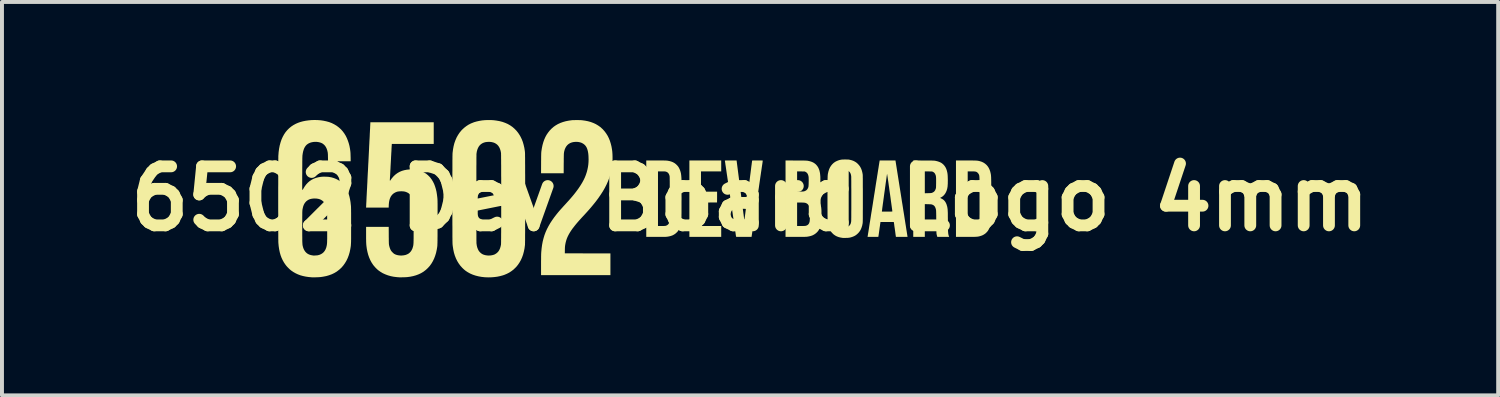
<source format=kicad_pcb>
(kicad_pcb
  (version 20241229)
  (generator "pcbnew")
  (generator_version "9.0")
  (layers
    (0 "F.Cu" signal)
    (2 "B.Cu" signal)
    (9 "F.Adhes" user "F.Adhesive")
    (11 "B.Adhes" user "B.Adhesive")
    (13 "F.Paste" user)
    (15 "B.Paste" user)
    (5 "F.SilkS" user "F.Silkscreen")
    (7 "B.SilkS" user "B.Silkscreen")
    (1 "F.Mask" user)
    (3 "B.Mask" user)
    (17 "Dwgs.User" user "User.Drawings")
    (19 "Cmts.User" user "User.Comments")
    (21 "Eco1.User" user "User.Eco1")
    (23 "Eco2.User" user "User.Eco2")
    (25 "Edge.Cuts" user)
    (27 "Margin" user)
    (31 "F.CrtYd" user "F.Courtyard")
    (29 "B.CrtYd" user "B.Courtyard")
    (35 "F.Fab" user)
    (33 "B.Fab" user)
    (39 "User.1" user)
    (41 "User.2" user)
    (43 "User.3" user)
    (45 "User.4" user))
  (footprint "6502 Dev Board Logo 4mm"
    (layer "F.Cu")
    (at 16.014 2)
    (property "Reference" "6502 Dev Board Logo 4mm" (at 0 0 0) (layer "F.SilkS") (effects (font (size 1.5 1.5) (thickness 0.3))))
    (attr board_only exclude_from_pos_files exclude_from_bom)
    (fp_poly (pts (xy -0.733 -0.833) (xy -0.733 -0.694) (xy -0.99 -0.694) (xy -1.247 -0.694) (xy -1.247 -0.437) (xy -1.247 -0.179) (xy -1.042 -0.179) (xy -0.838 -0.179) (xy -0.838 -0.041) (xy -0.839 0.096) (xy -1.043 0.097) (xy -1.247 0.098) (xy -1.247 0.396) (xy -1.247 0.694) (xy -0.99 0.694) (xy -0.733 0.694) (xy -0.733 0.833) (xy -0.733 0.971) (xy -1.137 0.971) (xy -1.542 0.971) (xy -1.542 -0.000001) (xy -1.542 -0.971) (xy -1.137 -0.971) (xy -0.733 -0.971)) (stroke (width 0) (type solid)) (fill yes) (layer "F.SilkS"))
    (fp_poly (pts (xy -2.34 -0.971) (xy -2.297 -0.971) (xy -2.259 -0.971) (xy -2.227 -0.971) (xy -2.199 -0.971) (xy -2.176 -0.97) (xy -2.156 -0.97) (xy -2.14 -0.969) (xy -2.126 -0.968) (xy -2.115 -0.968) (xy -2.106 -0.967) (xy -2.102 -0.966) (xy -2.05 -0.957) (xy -2.003 -0.944) (xy -1.96 -0.927) (xy -1.922 -0.906) (xy -1.887 -0.88) (xy -1.861 -0.855) (xy -1.841 -0.834) (xy -1.825 -0.813) (xy -1.811 -0.791) (xy -1.798 -0.765) (xy -1.793 -0.756) (xy -1.778 -0.719) (xy -1.765 -0.678) (xy -1.755 -0.634) (xy -1.749 -0.585) (xy -1.745 -0.534) (xy -1.744 -0.522) (xy -1.744 -0.504) (xy -1.743 -0.481) (xy -1.743 -0.452) (xy -1.743 -0.418) (xy -1.742 -0.38) (xy -1.742 -0.338) (xy -1.742 -0.293) (xy -1.742 -0.245) (xy -1.742 -0.194) (xy -1.742 -0.142) (xy -1.742 -0.089) (xy -1.741 -0.035) (xy -1.741 0.02) (xy -1.742 0.074) (xy -1.742 0.128) (xy -1.742 0.18) (xy -1.742 0.231) (xy -1.742 0.28) (xy -1.742 0.326) (xy -1.742 0.369) (xy -1.743 0.408) (xy -1.743 0.443) (xy -1.743 0.473) (xy -1.744 0.498) (xy -1.744 0.518) (xy -1.745 0.532) (xy -1.745 0.534) (xy -1.749 0.588) (xy -1.756 0.637) (xy -1.766 0.681) (xy -1.779 0.721) (xy -1.793 0.756) (xy -1.807 0.784) (xy -1.821 0.807) (xy -1.836 0.828) (xy -1.854 0.849) (xy -1.861 0.855) (xy -1.893 0.885) (xy -1.929 0.91) (xy -1.968 0.931) (xy -2.012 0.947) (xy -2.06 0.959) (xy -2.102 0.966) (xy -2.111 0.967) (xy -2.122 0.968) (xy -2.134 0.969) (xy -2.149 0.97) (xy -2.167 0.97) (xy -2.189 0.97) (xy -2.215 0.971) (xy -2.245 0.971) (xy -2.28 0.971) (xy -2.321 0.971) (xy -2.368 0.971) (xy -2.39 0.971) (xy -2.638 0.971) (xy -2.638 -0.000001) (xy -2.34 -0.000001) (xy -2.34 0.694) (xy -2.25 0.694) (xy -2.222 0.694) (xy -2.2 0.694) (xy -2.182 0.693) (xy -2.169 0.692) (xy -2.158 0.692) (xy -2.15 0.69) (xy -2.142 0.689) (xy -2.138 0.687) (xy -2.112 0.677) (xy -2.09 0.661) (xy -2.072 0.642) (xy -2.058 0.617) (xy -2.047 0.586) (xy -2.047 0.583) (xy -2.046 0.58) (xy -2.045 0.576) (xy -2.045 0.572) (xy -2.044 0.566) (xy -2.044 0.558) (xy -2.043 0.549) (xy -2.043 0.538) (xy -2.042 0.525) (xy -2.042 0.508) (xy -2.042 0.489) (xy -2.042 0.466) (xy -2.041 0.44) (xy -2.041 0.409) (xy -2.041 0.374) (xy -2.041 0.335) (xy -2.041 0.291) (xy -2.041 0.241) (xy -2.041 0.186) (xy -2.041 0.125) (xy -2.041 0.058) (xy -2.041 -0.000001) (xy -2.041 -0.072) (xy -2.041 -0.138) (xy -2.041 -0.198) (xy -2.041 -0.252) (xy -2.041 -0.3) (xy -2.041 -0.344) (xy -2.041 -0.382) (xy -2.041 -0.416) (xy -2.041 -0.445) (xy -2.042 -0.471) (xy -2.042 -0.493) (xy -2.042 -0.512) (xy -2.042 -0.528) (xy -2.043 -0.541) (xy -2.043 -0.551) (xy -2.044 -0.56) (xy -2.044 -0.567) (xy -2.045 -0.573) (xy -2.045 -0.577) (xy -2.046 -0.581) (xy -2.047 -0.583) (xy -2.057 -0.614) (xy -2.071 -0.64) (xy -2.088 -0.66) (xy -2.11 -0.676) (xy -2.136 -0.687) (xy -2.138 -0.687) (xy -2.145 -0.689) (xy -2.153 -0.691) (xy -2.162 -0.692) (xy -2.174 -0.693) (xy -2.189 -0.693) (xy -2.208 -0.694) (xy -2.233 -0.694) (xy -2.25 -0.694) (xy -2.34 -0.694) (xy -2.34 -0.000001) (xy -2.638 -0.000001) (xy -2.638 -0.971) (xy -2.39 -0.971)) (stroke (width 0) (type solid)) (fill yes) (layer "F.SilkS"))
    (fp_poly (pts (xy 5.535 -0.971) (xy 5.58 -0.971) (xy 5.62 -0.971) (xy 5.654 -0.971) (xy 5.683 -0.97) (xy 5.709 -0.97) (xy 5.731 -0.969) (xy 5.75 -0.968) (xy 5.766 -0.967) (xy 5.78 -0.965) (xy 5.794 -0.964) (xy 5.806 -0.961) (xy 5.817 -0.959) (xy 5.83 -0.956) (xy 5.837 -0.954) (xy 5.886 -0.939) (xy 5.931 -0.918) (xy 5.971 -0.892) (xy 6.007 -0.861) (xy 6.038 -0.826) (xy 6.065 -0.785) (xy 6.087 -0.739) (xy 6.105 -0.688) (xy 6.118 -0.632) (xy 6.12 -0.619) (xy 6.122 -0.61) (xy 6.123 -0.601) (xy 6.124 -0.59) (xy 6.125 -0.578) (xy 6.126 -0.563) (xy 6.127 -0.547) (xy 6.128 -0.529) (xy 6.128 -0.507) (xy 6.129 -0.483) (xy 6.129 -0.455) (xy 6.13 -0.423) (xy 6.13 -0.387) (xy 6.13 -0.347) (xy 6.13 -0.302) (xy 6.131 -0.252) (xy 6.131 -0.196) (xy 6.131 -0.135) (xy 6.131 -0.067) (xy 6.131 -0.000001) (xy 6.131 0.073) (xy 6.131 0.14) (xy 6.131 0.201) (xy 6.131 0.257) (xy 6.13 0.306) (xy 6.13 0.351) (xy 6.13 0.391) (xy 6.13 0.426) (xy 6.129 0.458) (xy 6.129 0.485) (xy 6.128 0.509) (xy 6.128 0.53) (xy 6.127 0.549) (xy 6.126 0.565) (xy 6.125 0.579) (xy 6.124 0.591) (xy 6.123 0.602) (xy 6.122 0.611) (xy 6.12 0.619) (xy 6.108 0.676) (xy 6.091 0.728) (xy 6.07 0.775) (xy 6.045 0.817) (xy 6.014 0.854) (xy 5.98 0.886) (xy 5.94 0.913) (xy 5.897 0.935) (xy 5.848 0.951) (xy 5.837 0.954) (xy 5.825 0.957) (xy 5.813 0.96) (xy 5.801 0.962) (xy 5.789 0.964) (xy 5.775 0.966) (xy 5.76 0.967) (xy 5.743 0.968) (xy 5.723 0.969) (xy 5.699 0.97) (xy 5.672 0.971) (xy 5.641 0.971) (xy 5.605 0.971) (xy 5.563 0.971) (xy 5.516 0.971) (xy 5.484 0.971) (xy 5.234 0.971) (xy 5.234 -0.000001) (xy 5.532 -0.000001) (xy 5.532 0.694) (xy 5.622 0.694) (xy 5.65 0.694) (xy 5.673 0.694) (xy 5.69 0.693) (xy 5.703 0.692) (xy 5.714 0.692) (xy 5.722 0.69) (xy 5.73 0.689) (xy 5.734 0.687) (xy 5.747 0.683) (xy 5.76 0.677) (xy 5.767 0.674) (xy 5.781 0.662) (xy 5.796 0.647) (xy 5.809 0.629) (xy 5.815 0.618) (xy 5.817 0.613) (xy 5.819 0.608) (xy 5.821 0.604) (xy 5.823 0.599) (xy 5.824 0.593) (xy 5.826 0.586) (xy 5.827 0.578) (xy 5.828 0.569) (xy 5.829 0.558) (xy 5.83 0.544) (xy 5.831 0.528) (xy 5.831 0.509) (xy 5.832 0.486) (xy 5.832 0.461) (xy 5.832 0.431) (xy 5.833 0.398) (xy 5.833 0.359) (xy 5.833 0.317) (xy 5.833 0.269) (xy 5.833 0.215) (xy 5.833 0.156) (xy 5.833 0.091) (xy 5.833 0.019) (xy 5.833 -0.000001) (xy 5.833 -0.073) (xy 5.833 -0.14) (xy 5.833 -0.201) (xy 5.833 -0.255) (xy 5.833 -0.305) (xy 5.833 -0.349) (xy 5.833 -0.388) (xy 5.832 -0.423) (xy 5.832 -0.454) (xy 5.832 -0.48) (xy 5.831 -0.503) (xy 5.831 -0.523) (xy 5.83 -0.54) (xy 5.829 -0.554) (xy 5.828 -0.566) (xy 5.827 -0.576) (xy 5.826 -0.584) (xy 5.825 -0.591) (xy 5.823 -0.597) (xy 5.821 -0.602) (xy 5.82 -0.607) (xy 5.818 -0.612) (xy 5.815 -0.617) (xy 5.815 -0.618) (xy 5.805 -0.635) (xy 5.791 -0.652) (xy 5.776 -0.667) (xy 5.767 -0.674) (xy 5.757 -0.679) (xy 5.747 -0.684) (xy 5.736 -0.687) (xy 5.723 -0.69) (xy 5.707 -0.692) (xy 5.687 -0.693) (xy 5.663 -0.694) (xy 5.633 -0.694) (xy 5.622 -0.694) (xy 5.532 -0.694) (xy 5.532 -0.000001) (xy 5.234 -0.000001) (xy 5.234 -0.971) (xy 5.484 -0.971)) (stroke (width 0) (type solid)) (fill yes) (layer "F.SilkS"))
    (fp_poly (pts (xy 3.495 -0.971) (xy 3.696 -0.971) (xy 3.848 -0.011) (xy 3.86 0.069) (xy 3.873 0.147) (xy 3.885 0.223) (xy 3.896 0.297) (xy 3.908 0.369) (xy 3.919 0.437) (xy 3.929 0.503) (xy 3.939 0.565) (xy 3.948 0.624) (xy 3.957 0.679) (xy 3.965 0.73) (xy 3.972 0.777) (xy 3.979 0.819) (xy 3.985 0.856) (xy 3.99 0.888) (xy 3.994 0.914) (xy 3.997 0.935) (xy 4 0.95) (xy 4.001 0.958) (xy 4.001 0.96) (xy 4.003 0.971) (xy 3.856 0.971) (xy 3.708 0.971) (xy 3.706 0.962) (xy 3.705 0.957) (xy 3.704 0.946) (xy 3.701 0.929) (xy 3.698 0.908) (xy 3.695 0.883) (xy 3.691 0.854) (xy 3.687 0.823) (xy 3.682 0.79) (xy 3.681 0.78) (xy 3.676 0.746) (xy 3.671 0.715) (xy 3.667 0.686) (xy 3.664 0.659) (xy 3.661 0.637) (xy 3.658 0.62) (xy 3.656 0.607) (xy 3.655 0.601) (xy 3.655 0.6) (xy 3.653 0.592) (xy 3.484 0.592) (xy 3.315 0.592) (xy 3.313 0.603) (xy 3.313 0.609) (xy 3.311 0.62) (xy 3.309 0.637) (xy 3.305 0.658) (xy 3.302 0.684) (xy 3.298 0.712) (xy 3.293 0.744) (xy 3.289 0.777) (xy 3.288 0.783) (xy 3.283 0.817) (xy 3.279 0.848) (xy 3.275 0.877) (xy 3.271 0.903) (xy 3.268 0.925) (xy 3.265 0.943) (xy 3.263 0.955) (xy 3.262 0.961) (xy 3.262 0.962) (xy 3.26 0.971) (xy 3.123 0.971) (xy 2.986 0.971) (xy 2.988 0.962) (xy 2.989 0.958) (xy 2.991 0.947) (xy 2.993 0.931) (xy 2.997 0.908) (xy 3.001 0.88) (xy 3.007 0.847) (xy 3.013 0.808) (xy 3.02 0.765) (xy 3.027 0.717) (xy 3.035 0.665) (xy 3.044 0.608) (xy 3.054 0.549) (xy 3.064 0.485) (xy 3.074 0.419) (xy 3.085 0.349) (xy 3.089 0.328) (xy 3.35 0.328) (xy 3.483 0.328) (xy 3.517 0.328) (xy 3.544 0.328) (xy 3.566 0.328) (xy 3.583 0.328) (xy 3.596 0.327) (xy 3.605 0.327) (xy 3.611 0.326) (xy 3.614 0.325) (xy 3.616 0.324) (xy 3.616 0.323) (xy 3.616 0.322) (xy 3.616 0.317) (xy 3.615 0.306) (xy 3.613 0.289) (xy 3.61 0.267) (xy 3.606 0.24) (xy 3.602 0.209) (xy 3.597 0.174) (xy 3.592 0.136) (xy 3.586 0.094) (xy 3.58 0.051) (xy 3.574 0.005) (xy 3.568 -0.042) (xy 3.561 -0.09) (xy 3.554 -0.139) (xy 3.547 -0.188) (xy 3.54 -0.237) (xy 3.534 -0.284) (xy 3.527 -0.331) (xy 3.521 -0.376) (xy 3.515 -0.419) (xy 3.509 -0.459) (xy 3.503 -0.496) (xy 3.499 -0.53) (xy 3.494 -0.559) (xy 3.49 -0.585) (xy 3.487 -0.605) (xy 3.485 -0.62) (xy 3.483 -0.629) (xy 3.483 -0.632) (xy 3.482 -0.628) (xy 3.48 -0.619) (xy 3.478 -0.603) (xy 3.475 -0.583) (xy 3.471 -0.557) (xy 3.467 -0.527) (xy 3.462 -0.493) (xy 3.457 -0.455) (xy 3.451 -0.415) (xy 3.445 -0.372) (xy 3.439 -0.326) (xy 3.432 -0.279) (xy 3.426 -0.231) (xy 3.419 -0.182) (xy 3.412 -0.133) (xy 3.405 -0.083) (xy 3.399 -0.035) (xy 3.392 0.013) (xy 3.386 0.059) (xy 3.38 0.103) (xy 3.374 0.144) (xy 3.369 0.183) (xy 3.364 0.219) (xy 3.36 0.25) (xy 3.357 0.278) (xy 3.354 0.3) (xy 3.352 0.317) (xy 3.35 0.328) (xy 3.089 0.328) (xy 3.097 0.277) (xy 3.109 0.202) (xy 3.121 0.126) (xy 3.133 0.047) (xy 3.141 -0.002) (xy 3.153 -0.081) (xy 3.166 -0.159) (xy 3.178 -0.235) (xy 3.189 -0.309) (xy 3.2 -0.38) (xy 3.211 -0.448) (xy 3.222 -0.513) (xy 3.231 -0.575) (xy 3.241 -0.634) (xy 3.249 -0.688) (xy 3.257 -0.739) (xy 3.265 -0.785) (xy 3.271 -0.826) (xy 3.277 -0.863) (xy 3.282 -0.894) (xy 3.286 -0.92) (xy 3.289 -0.94) (xy 3.292 -0.954) (xy 3.293 -0.962) (xy 3.293 -0.964) (xy 3.295 -0.971)) (stroke (width 0) (type solid)) (fill yes) (layer "F.SilkS"))
    (fp_poly (pts (xy 0.223 -0.971) (xy 0.252 -0.971) (xy 0.275 -0.971) (xy 0.293 -0.971) (xy 0.307 -0.97) (xy 0.316 -0.969) (xy 0.321 -0.968) (xy 0.323 -0.967) (xy 0.323 -0.967) (xy 0.323 -0.963) (xy 0.321 -0.953) (xy 0.319 -0.937) (xy 0.316 -0.915) (xy 0.312 -0.887) (xy 0.307 -0.854) (xy 0.301 -0.816) (xy 0.295 -0.773) (xy 0.288 -0.725) (xy 0.28 -0.673) (xy 0.272 -0.617) (xy 0.263 -0.557) (xy 0.254 -0.494) (xy 0.244 -0.427) (xy 0.234 -0.358) (xy 0.224 -0.285) (xy 0.213 -0.211) (xy 0.201 -0.134) (xy 0.19 -0.055) (xy 0.181 0.003) (xy 0.169 0.083) (xy 0.158 0.161) (xy 0.147 0.238) (xy 0.136 0.312) (xy 0.125 0.383) (xy 0.115 0.452) (xy 0.105 0.517) (xy 0.096 0.579) (xy 0.088 0.638) (xy 0.08 0.693) (xy 0.072 0.743) (xy 0.065 0.79) (xy 0.059 0.831) (xy 0.054 0.868) (xy 0.049 0.899) (xy 0.045 0.926) (xy 0.042 0.946) (xy 0.04 0.96) (xy 0.039 0.968) (xy 0.039 0.97) (xy 0.036 0.97) (xy 0.026 0.971) (xy 0.011 0.971) (xy -0.009 0.971) (xy -0.033 0.971) (xy -0.062 0.971) (xy -0.093 0.971) (xy -0.127 0.971) (xy -0.157 0.971) (xy -0.201 0.971) (xy -0.237 0.971) (xy -0.268 0.971) (xy -0.294 0.971) (xy -0.314 0.97) (xy -0.33 0.97) (xy -0.342 0.969) (xy -0.349 0.969) (xy -0.354 0.968) (xy -0.355 0.967) (xy -0.356 0.963) (xy -0.357 0.953) (xy -0.36 0.937) (xy -0.363 0.915) (xy -0.367 0.887) (xy -0.372 0.854) (xy -0.378 0.816) (xy -0.384 0.773) (xy -0.391 0.725) (xy -0.399 0.673) (xy -0.407 0.617) (xy -0.416 0.557) (xy -0.425 0.494) (xy -0.435 0.428) (xy -0.445 0.358) (xy -0.456 0.286) (xy -0.467 0.211) (xy -0.478 0.134) (xy -0.49 0.056) (xy -0.497 0.002) (xy -0.509 -0.078) (xy -0.521 -0.156) (xy -0.532 -0.232) (xy -0.543 -0.306) (xy -0.553 -0.378) (xy -0.563 -0.446) (xy -0.573 -0.512) (xy -0.582 -0.574) (xy -0.591 -0.633) (xy -0.599 -0.688) (xy -0.606 -0.738) (xy -0.613 -0.785) (xy -0.619 -0.826) (xy -0.625 -0.863) (xy -0.629 -0.895) (xy -0.633 -0.921) (xy -0.636 -0.941) (xy -0.639 -0.955) (xy -0.64 -0.964) (xy -0.64 -0.965) (xy -0.64 -0.967) (xy -0.639 -0.968) (xy -0.636 -0.969) (xy -0.632 -0.97) (xy -0.624 -0.97) (xy -0.613 -0.971) (xy -0.597 -0.971) (xy -0.578 -0.971) (xy -0.553 -0.971) (xy -0.522 -0.971) (xy -0.492 -0.971) (xy -0.342 -0.971) (xy -0.246 -0.224) (xy -0.237 -0.154) (xy -0.228 -0.085) (xy -0.219 -0.018) (xy -0.211 0.046) (xy -0.203 0.108) (xy -0.196 0.166) (xy -0.188 0.222) (xy -0.182 0.274) (xy -0.175 0.322) (xy -0.17 0.366) (xy -0.164 0.405) (xy -0.16 0.44) (xy -0.156 0.47) (xy -0.153 0.494) (xy -0.15 0.512) (xy -0.148 0.525) (xy -0.147 0.531) (xy -0.147 0.531) (xy -0.145 0.537) (xy -0.143 0.536) (xy -0.143 0.535) (xy -0.142 0.531) (xy -0.141 0.521) (xy -0.138 0.505) (xy -0.136 0.484) (xy -0.132 0.457) (xy -0.128 0.425) (xy -0.123 0.389) (xy -0.118 0.349) (xy -0.112 0.305) (xy -0.106 0.257) (xy -0.099 0.207) (xy -0.092 0.153) (xy -0.085 0.098) (xy -0.078 0.041) (xy -0.07 -0.018) (xy -0.062 -0.079) (xy -0.054 -0.14) (xy -0.046 -0.201) (xy -0.038 -0.263) (xy -0.03 -0.324) (xy -0.023 -0.385) (xy -0.015 -0.444) (xy -0.007 -0.503) (xy -0.000001 -0.559) (xy 0.007 -0.614) (xy 0.014 -0.666) (xy 0.02 -0.715) (xy 0.026 -0.761) (xy 0.031 -0.803) (xy 0.036 -0.842) (xy 0.041 -0.876) (xy 0.044 -0.905) (xy 0.048 -0.929) (xy 0.05 -0.948) (xy 0.052 -0.962) (xy 0.052 -0.969) (xy 0.052 -0.97) (xy 0.056 -0.97) (xy 0.065 -0.97) (xy 0.08 -0.971) (xy 0.099 -0.971) (xy 0.122 -0.971) (xy 0.149 -0.971) (xy 0.177 -0.971) (xy 0.188 -0.971)) (stroke (width 0) (type solid)) (fill yes) (layer "F.SilkS"))
    (fp_poly (pts (xy 4.412 -0.97) (xy 4.461 -0.97) (xy 4.504 -0.97) (xy 4.54 -0.97) (xy 4.572 -0.969) (xy 4.599 -0.969) (xy 4.621 -0.969) (xy 4.64 -0.968) (xy 4.655 -0.968) (xy 4.668 -0.967) (xy 4.679 -0.967) (xy 4.688 -0.966) (xy 4.695 -0.965) (xy 4.702 -0.964) (xy 4.709 -0.963) (xy 4.713 -0.962) (xy 4.757 -0.952) (xy 4.795 -0.94) (xy 4.828 -0.927) (xy 4.858 -0.912) (xy 4.885 -0.893) (xy 4.91 -0.871) (xy 4.919 -0.863) (xy 4.945 -0.832) (xy 4.968 -0.797) (xy 4.987 -0.758) (xy 5.002 -0.713) (xy 5.014 -0.663) (xy 5.016 -0.651) (xy 5.019 -0.63) (xy 5.022 -0.603) (xy 5.024 -0.571) (xy 5.025 -0.537) (xy 5.026 -0.5) (xy 5.027 -0.463) (xy 5.026 -0.426) (xy 5.026 -0.39) (xy 5.024 -0.357) (xy 5.022 -0.328) (xy 5.021 -0.31) (xy 5.012 -0.258) (xy 4.998 -0.209) (xy 4.98 -0.166) (xy 4.958 -0.127) (xy 4.931 -0.092) (xy 4.901 -0.063) (xy 4.866 -0.04) (xy 4.851 -0.032) (xy 4.841 -0.026) (xy 4.834 -0.022) (xy 4.832 -0.019) (xy 4.836 -0.017) (xy 4.843 -0.013) (xy 4.852 -0.009) (xy 4.887 0.009) (xy 4.918 0.03) (xy 4.945 0.057) (xy 4.967 0.088) (xy 4.986 0.125) (xy 4.997 0.154) (xy 5.002 0.172) (xy 5.007 0.189) (xy 5.012 0.206) (xy 5.015 0.224) (xy 5.018 0.243) (xy 5.021 0.264) (xy 5.023 0.287) (xy 5.024 0.313) (xy 5.026 0.343) (xy 5.027 0.377) (xy 5.027 0.415) (xy 5.027 0.459) (xy 5.028 0.51) (xy 5.028 0.526) (xy 5.028 0.586) (xy 5.028 0.639) (xy 5.028 0.686) (xy 5.029 0.728) (xy 5.03 0.764) (xy 5.031 0.797) (xy 5.032 0.825) (xy 5.034 0.85) (xy 5.036 0.871) (xy 5.038 0.89) (xy 5.041 0.907) (xy 5.044 0.921) (xy 5.048 0.935) (xy 5.052 0.947) (xy 5.053 0.95) (xy 5.061 0.971) (xy 4.91 0.971) (xy 4.759 0.97) (xy 4.754 0.954) (xy 4.752 0.944) (xy 4.748 0.93) (xy 4.744 0.914) (xy 4.743 0.907) (xy 4.741 0.901) (xy 4.74 0.895) (xy 4.739 0.888) (xy 4.739 0.881) (xy 4.738 0.872) (xy 4.737 0.86) (xy 4.737 0.847) (xy 4.736 0.83) (xy 4.736 0.81) (xy 4.735 0.787) (xy 4.735 0.758) (xy 4.734 0.726) (xy 4.734 0.687) (xy 4.734 0.643) (xy 4.733 0.593) (xy 4.733 0.589) (xy 4.733 0.538) (xy 4.732 0.494) (xy 4.732 0.455) (xy 4.732 0.421) (xy 4.731 0.393) (xy 4.731 0.369) (xy 4.73 0.349) (xy 4.73 0.332) (xy 4.729 0.318) (xy 4.729 0.307) (xy 4.728 0.298) (xy 4.727 0.29) (xy 4.726 0.284) (xy 4.725 0.278) (xy 4.724 0.272) (xy 4.724 0.271) (xy 4.714 0.238) (xy 4.702 0.211) (xy 4.687 0.188) (xy 4.668 0.17) (xy 4.645 0.157) (xy 4.617 0.146) (xy 4.608 0.145) (xy 4.595 0.143) (xy 4.577 0.142) (xy 4.553 0.141) (xy 4.524 0.14) (xy 4.521 0.14) (xy 4.442 0.138) (xy 4.442 0.555) (xy 4.442 0.971) (xy 4.295 0.971) (xy 4.148 0.971) (xy 4.148 -0.000189) (xy 4.148 -0.416) (xy 4.442 -0.416) (xy 4.442 -0.138) (xy 4.521 -0.14) (xy 4.552 -0.141) (xy 4.576 -0.142) (xy 4.595 -0.143) (xy 4.609 -0.145) (xy 4.616 -0.146) (xy 4.645 -0.158) (xy 4.67 -0.173) (xy 4.69 -0.193) (xy 4.706 -0.218) (xy 4.718 -0.248) (xy 4.722 -0.259) (xy 4.723 -0.265) (xy 4.725 -0.273) (xy 4.726 -0.283) (xy 4.727 -0.296) (xy 4.727 -0.312) (xy 4.728 -0.333) (xy 4.728 -0.358) (xy 4.729 -0.389) (xy 4.729 -0.401) (xy 4.729 -0.441) (xy 4.729 -0.474) (xy 4.729 -0.503) (xy 4.728 -0.526) (xy 4.727 -0.546) (xy 4.725 -0.563) (xy 4.723 -0.577) (xy 4.72 -0.59) (xy 4.716 -0.601) (xy 4.705 -0.627) (xy 4.692 -0.648) (xy 4.676 -0.665) (xy 4.656 -0.678) (xy 4.648 -0.682) (xy 4.626 -0.692) (xy 4.534 -0.693) (xy 4.442 -0.694) (xy 4.442 -0.416) (xy 4.148 -0.416) (xy 4.148 -0.972)) (stroke (width 0) (type solid)) (fill yes) (layer "F.SilkS"))
    (fp_poly (pts (xy 1.17 -0.97) (xy 1.219 -0.97) (xy 1.262 -0.97) (xy 1.299 -0.97) (xy 1.331 -0.969) (xy 1.358 -0.969) (xy 1.381 -0.969) (xy 1.4 -0.968) (xy 1.415 -0.968) (xy 1.428 -0.967) (xy 1.439 -0.967) (xy 1.448 -0.966) (xy 1.456 -0.965) (xy 1.463 -0.964) (xy 1.469 -0.963) (xy 1.474 -0.962) (xy 1.519 -0.952) (xy 1.558 -0.94) (xy 1.592 -0.926) (xy 1.622 -0.91) (xy 1.65 -0.89) (xy 1.676 -0.868) (xy 1.679 -0.864) (xy 1.706 -0.833) (xy 1.729 -0.798) (xy 1.748 -0.758) (xy 1.764 -0.713) (xy 1.775 -0.662) (xy 1.777 -0.656) (xy 1.78 -0.631) (xy 1.783 -0.599) (xy 1.786 -0.564) (xy 1.787 -0.527) (xy 1.787 -0.488) (xy 1.787 -0.449) (xy 1.786 -0.411) (xy 1.784 -0.376) (xy 1.781 -0.35) (xy 1.774 -0.306) (xy 1.763 -0.263) (xy 1.748 -0.223) (xy 1.731 -0.187) (xy 1.718 -0.167) (xy 1.695 -0.138) (xy 1.667 -0.111) (xy 1.636 -0.088) (xy 1.608 -0.072) (xy 1.601 -0.068) (xy 1.597 -0.064) (xy 1.597 -0.063) (xy 1.6 -0.061) (xy 1.608 -0.056) (xy 1.619 -0.051) (xy 1.62 -0.051) (xy 1.658 -0.031) (xy 1.692 -0.006) (xy 1.723 0.025) (xy 1.75 0.061) (xy 1.772 0.101) (xy 1.789 0.146) (xy 1.79 0.147) (xy 1.796 0.166) (xy 1.8 0.184) (xy 1.804 0.202) (xy 1.808 0.22) (xy 1.81 0.24) (xy 1.812 0.262) (xy 1.814 0.287) (xy 1.815 0.315) (xy 1.815 0.347) (xy 1.815 0.385) (xy 1.815 0.429) (xy 1.815 0.445) (xy 1.815 0.483) (xy 1.814 0.515) (xy 1.814 0.542) (xy 1.813 0.564) (xy 1.812 0.582) (xy 1.812 0.597) (xy 1.811 0.609) (xy 1.81 0.619) (xy 1.808 0.628) (xy 1.808 0.631) (xy 1.797 0.679) (xy 1.784 0.722) (xy 1.768 0.759) (xy 1.749 0.794) (xy 1.726 0.826) (xy 1.703 0.852) (xy 1.67 0.882) (xy 1.633 0.908) (xy 1.592 0.93) (xy 1.546 0.947) (xy 1.495 0.959) (xy 1.453 0.966) (xy 1.444 0.967) (xy 1.433 0.968) (xy 1.421 0.969) (xy 1.407 0.969) (xy 1.389 0.97) (xy 1.368 0.97) (xy 1.343 0.971) (xy 1.314 0.971) (xy 1.28 0.971) (xy 1.24 0.971) (xy 1.195 0.971) (xy 1.157 0.971) (xy 0.902 0.971) (xy 0.902 0.396) (xy 1.196 0.396) (xy 1.196 0.694) (xy 1.297 0.694) (xy 1.327 0.694) (xy 1.351 0.694) (xy 1.37 0.693) (xy 1.385 0.693) (xy 1.396 0.692) (xy 1.406 0.691) (xy 1.414 0.689) (xy 1.42 0.688) (xy 1.447 0.678) (xy 1.468 0.665) (xy 1.485 0.648) (xy 1.499 0.627) (xy 1.509 0.6) (xy 1.513 0.586) (xy 1.515 0.577) (xy 1.516 0.568) (xy 1.517 0.557) (xy 1.518 0.544) (xy 1.519 0.527) (xy 1.52 0.506) (xy 1.52 0.48) (xy 1.52 0.447) (xy 1.521 0.442) (xy 1.521 0.396) (xy 1.521 0.356) (xy 1.52 0.321) (xy 1.519 0.291) (xy 1.517 0.265) (xy 1.514 0.243) (xy 1.51 0.224) (xy 1.506 0.207) (xy 1.501 0.191) (xy 1.496 0.18) (xy 1.484 0.161) (xy 1.468 0.142) (xy 1.45 0.127) (xy 1.437 0.119) (xy 1.424 0.113) (xy 1.412 0.108) (xy 1.398 0.104) (xy 1.382 0.102) (xy 1.364 0.1) (xy 1.342 0.099) (xy 1.314 0.098) (xy 1.283 0.098) (xy 1.196 0.098) (xy 1.196 0.396) (xy 0.902 0.396) (xy 0.902 -0.000187) (xy 0.902 -0.436) (xy 1.196 -0.436) (xy 1.196 -0.178) (xy 1.277 -0.18) (xy 1.308 -0.181) (xy 1.334 -0.182) (xy 1.353 -0.184) (xy 1.367 -0.186) (xy 1.375 -0.187) (xy 1.405 -0.199) (xy 1.43 -0.214) (xy 1.451 -0.234) (xy 1.467 -0.259) (xy 1.48 -0.289) (xy 1.483 -0.3) (xy 1.485 -0.309) (xy 1.486 -0.325) (xy 1.488 -0.345) (xy 1.489 -0.369) (xy 1.49 -0.395) (xy 1.49 -0.422) (xy 1.491 -0.45) (xy 1.491 -0.477) (xy 1.49 -0.502) (xy 1.49 -0.524) (xy 1.489 -0.542) (xy 1.488 -0.555) (xy 1.488 -0.555) (xy 1.481 -0.589) (xy 1.471 -0.618) (xy 1.458 -0.641) (xy 1.442 -0.66) (xy 1.422 -0.675) (xy 1.41 -0.682) (xy 1.388 -0.692) (xy 1.292 -0.693) (xy 1.196 -0.694) (xy 1.196 -0.436) (xy 0.902 -0.436) (xy 0.902 -0.972)) (stroke (width 0) (type solid)) (fill yes) (layer "F.SilkS"))
    (fp_poly (pts (xy -4.369 -1.998) (xy -4.339 -1.997) (xy -4.312 -1.997) (xy -4.289 -1.995) (xy -4.273 -1.994) (xy -4.192 -1.983) (xy -4.117 -1.968) (xy -4.046 -1.948) (xy -3.98 -1.923) (xy -3.918 -1.894) (xy -3.861 -1.86) (xy -3.807 -1.822) (xy -3.758 -1.778) (xy -3.742 -1.763) (xy -3.697 -1.712) (xy -3.657 -1.658) (xy -3.621 -1.601) (xy -3.59 -1.539) (xy -3.563 -1.473) (xy -3.541 -1.402) (xy -3.522 -1.327) (xy -3.508 -1.246) (xy -3.503 -1.208) (xy -3.501 -1.187) (xy -3.499 -1.16) (xy -3.497 -1.129) (xy -3.496 -1.095) (xy -3.495 -1.059) (xy -3.495 -1.024) (xy -3.495 -0.99) (xy -3.495 -0.959) (xy -3.496 -0.931) (xy -3.498 -0.909) (xy -3.508 -0.815) (xy -3.524 -0.723) (xy -3.546 -0.633) (xy -3.573 -0.543) (xy -3.606 -0.454) (xy -3.645 -0.365) (xy -3.69 -0.276) (xy -3.741 -0.187) (xy -3.799 -0.097) (xy -3.855 -0.016) (xy -3.889 0.03) (xy -3.923 0.075) (xy -3.958 0.119) (xy -3.995 0.164) (xy -4.033 0.21) (xy -4.074 0.258) (xy -4.118 0.308) (xy -4.166 0.361) (xy -4.218 0.418) (xy -4.232 0.433) (xy -4.266 0.469) (xy -4.295 0.501) (xy -4.321 0.53) (xy -4.344 0.555) (xy -4.364 0.578) (xy -4.382 0.599) (xy -4.4 0.619) (xy -4.416 0.639) (xy -4.432 0.658) (xy -4.449 0.679) (xy -4.463 0.697) (xy -4.507 0.753) (xy -4.545 0.807) (xy -4.578 0.858) (xy -4.607 0.908) (xy -4.632 0.957) (xy -4.653 1.005) (xy -4.67 1.054) (xy -4.684 1.104) (xy -4.687 1.117) (xy -4.694 1.151) (xy -4.7 1.185) (xy -4.704 1.221) (xy -4.706 1.259) (xy -4.707 1.303) (xy -4.707 1.313) (xy -4.708 1.389) (xy -4.128 1.39) (xy -3.549 1.391) (xy -3.549 1.667) (xy -3.549 1.943) (xy -4.43 1.943) (xy -5.312 1.943) (xy -5.312 1.685) (xy -5.312 1.63) (xy -5.312 1.582) (xy -5.311 1.539) (xy -5.311 1.502) (xy -5.311 1.469) (xy -5.31 1.441) (xy -5.31 1.416) (xy -5.309 1.395) (xy -5.308 1.376) (xy -5.307 1.36) (xy -5.307 1.359) (xy -5.298 1.264) (xy -5.286 1.174) (xy -5.27 1.088) (xy -5.249 1.006) (xy -5.225 0.926) (xy -5.196 0.849) (xy -5.162 0.773) (xy -5.123 0.698) (xy -5.079 0.622) (xy -5.029 0.546) (xy -4.973 0.467) (xy -4.962 0.454) (xy -4.941 0.426) (xy -4.92 0.399) (xy -4.899 0.373) (xy -4.878 0.347) (xy -4.855 0.32) (xy -4.831 0.292) (xy -4.804 0.262) (xy -4.774 0.229) (xy -4.741 0.192) (xy -4.704 0.152) (xy -4.663 0.107) (xy -4.625 0.065) (xy -4.591 0.027) (xy -4.56 -0.008) (xy -4.531 -0.042) (xy -4.504 -0.074) (xy -4.478 -0.105) (xy -4.453 -0.137) (xy -4.428 -0.169) (xy -4.411 -0.192) (xy -4.358 -0.264) (xy -4.311 -0.335) (xy -4.269 -0.403) (xy -4.233 -0.469) (xy -4.201 -0.535) (xy -4.175 -0.6) (xy -4.153 -0.666) (xy -4.146 -0.689) (xy -4.131 -0.75) (xy -4.119 -0.809) (xy -4.111 -0.867) (xy -4.106 -0.927) (xy -4.104 -0.99) (xy -4.105 -1.034) (xy -4.107 -1.093) (xy -4.112 -1.147) (xy -4.12 -1.195) (xy -4.13 -1.237) (xy -4.143 -1.275) (xy -4.158 -1.309) (xy -4.177 -1.338) (xy -4.199 -1.364) (xy -4.225 -1.386) (xy -4.242 -1.398) (xy -4.278 -1.418) (xy -4.318 -1.432) (xy -4.362 -1.441) (xy -4.409 -1.445) (xy -4.44 -1.444) (xy -4.477 -1.441) (xy -4.509 -1.435) (xy -4.538 -1.427) (xy -4.567 -1.416) (xy -4.577 -1.411) (xy -4.612 -1.39) (xy -4.643 -1.363) (xy -4.669 -1.332) (xy -4.691 -1.295) (xy -4.709 -1.254) (xy -4.718 -1.223) (xy -4.721 -1.211) (xy -4.724 -1.2) (xy -4.726 -1.19) (xy -4.728 -1.18) (xy -4.729 -1.168) (xy -4.731 -1.156) (xy -4.732 -1.141) (xy -4.733 -1.125) (xy -4.733 -1.105) (xy -4.734 -1.082) (xy -4.734 -1.054) (xy -4.735 -1.023) (xy -4.735 -0.986) (xy -4.735 -0.943) (xy -4.736 -0.894) (xy -4.737 -0.646) (xy -5.025 -0.646) (xy -5.312 -0.646) (xy -5.311 -0.901) (xy -5.311 -0.951) (xy -5.31 -0.994) (xy -5.31 -1.032) (xy -5.31 -1.064) (xy -5.309 -1.092) (xy -5.309 -1.116) (xy -5.308 -1.136) (xy -5.308 -1.153) (xy -5.307 -1.167) (xy -5.306 -1.18) (xy -5.305 -1.191) (xy -5.304 -1.201) (xy -5.304 -1.203) (xy -5.291 -1.286) (xy -5.275 -1.363) (xy -5.255 -1.435) (xy -5.231 -1.503) (xy -5.203 -1.566) (xy -5.171 -1.625) (xy -5.134 -1.679) (xy -5.093 -1.731) (xy -5.047 -1.779) (xy -5.046 -1.78) (xy -4.996 -1.824) (xy -4.942 -1.862) (xy -4.884 -1.896) (xy -4.821 -1.925) (xy -4.754 -1.949) (xy -4.683 -1.969) (xy -4.606 -1.984) (xy -4.533 -1.994) (xy -4.515 -1.996) (xy -4.491 -1.997) (xy -4.463 -1.997) (xy -4.433 -1.998) (xy -4.401 -1.998)) (stroke (width 0) (type solid)) (fill yes) (layer "F.SilkS"))
    (fp_poly (pts (xy 2.422 -0.997) (xy 2.448 -0.996) (xy 2.47 -0.996) (xy 2.487 -0.996) (xy 2.5 -0.995) (xy 2.513 -0.993) (xy 2.524 -0.991) (xy 2.535 -0.989) (xy 2.583 -0.977) (xy 2.625 -0.962) (xy 2.663 -0.943) (xy 2.698 -0.921) (xy 2.73 -0.894) (xy 2.749 -0.875) (xy 2.779 -0.84) (xy 2.804 -0.802) (xy 2.825 -0.76) (xy 2.842 -0.713) (xy 2.855 -0.661) (xy 2.86 -0.633) (xy 2.861 -0.628) (xy 2.862 -0.623) (xy 2.863 -0.617) (xy 2.863 -0.611) (xy 2.864 -0.603) (xy 2.864 -0.594) (xy 2.865 -0.582) (xy 2.865 -0.569) (xy 2.865 -0.553) (xy 2.865 -0.534) (xy 2.866 -0.512) (xy 2.866 -0.486) (xy 2.866 -0.457) (xy 2.866 -0.424) (xy 2.866 -0.386) (xy 2.866 -0.344) (xy 2.866 -0.297) (xy 2.867 -0.244) (xy 2.867 -0.186) (xy 2.867 -0.122) (xy 2.867 -0.051) (xy 2.867 -0.000001) (xy 2.867 0.075) (xy 2.867 0.143) (xy 2.867 0.205) (xy 2.867 0.262) (xy 2.866 0.313) (xy 2.866 0.358) (xy 2.866 0.399) (xy 2.866 0.435) (xy 2.866 0.467) (xy 2.866 0.495) (xy 2.866 0.519) (xy 2.865 0.54) (xy 2.865 0.558) (xy 2.865 0.573) (xy 2.864 0.586) (xy 2.864 0.597) (xy 2.863 0.606) (xy 2.863 0.613) (xy 2.862 0.619) (xy 2.862 0.625) (xy 2.861 0.63) (xy 2.86 0.633) (xy 2.849 0.688) (xy 2.833 0.737) (xy 2.815 0.781) (xy 2.792 0.822) (xy 2.764 0.858) (xy 2.749 0.875) (xy 2.717 0.905) (xy 2.683 0.931) (xy 2.646 0.952) (xy 2.605 0.969) (xy 2.56 0.983) (xy 2.536 0.989) (xy 2.522 0.991) (xy 2.507 0.993) (xy 2.49 0.995) (xy 2.469 0.996) (xy 2.444 0.996) (xy 2.433 0.997) (xy 2.411 0.997) (xy 2.391 0.997) (xy 2.373 0.997) (xy 2.36 0.997) (xy 2.351 0.996) (xy 2.35 0.996) (xy 2.297 0.987) (xy 2.249 0.975) (xy 2.205 0.958) (xy 2.165 0.937) (xy 2.128 0.911) (xy 2.113 0.898) (xy 2.078 0.863) (xy 2.048 0.823) (xy 2.024 0.78) (xy 2.003 0.732) (xy 1.988 0.679) (xy 1.98 0.64) (xy 1.978 0.631) (xy 1.977 0.621) (xy 1.976 0.61) (xy 1.975 0.598) (xy 1.974 0.584) (xy 1.973 0.568) (xy 1.972 0.55) (xy 1.971 0.529) (xy 1.971 0.506) (xy 1.97 0.479) (xy 1.97 0.448) (xy 1.969 0.414) (xy 1.969 0.375) (xy 1.969 0.332) (xy 1.969 0.283) (xy 1.968 0.23) (xy 1.968 0.171) (xy 1.968 0.106) (xy 1.968 0.074) (xy 2.266 0.074) (xy 2.266 0.142) (xy 2.266 0.204) (xy 2.266 0.26) (xy 2.266 0.31) (xy 2.266 0.355) (xy 2.266 0.395) (xy 2.266 0.431) (xy 2.267 0.462) (xy 2.267 0.49) (xy 2.267 0.514) (xy 2.268 0.534) (xy 2.269 0.552) (xy 2.269 0.567) (xy 2.27 0.579) (xy 2.271 0.59) (xy 2.272 0.599) (xy 2.273 0.606) (xy 2.275 0.613) (xy 2.276 0.618) (xy 2.278 0.623) (xy 2.28 0.628) (xy 2.282 0.633) (xy 2.283 0.636) (xy 2.297 0.664) (xy 2.315 0.686) (xy 2.337 0.703) (xy 2.363 0.714) (xy 2.394 0.72) (xy 2.398 0.721) (xy 2.431 0.721) (xy 2.461 0.717) (xy 2.488 0.709) (xy 2.491 0.708) (xy 2.514 0.694) (xy 2.534 0.675) (xy 2.549 0.652) (xy 2.561 0.624) (xy 2.568 0.59) (xy 2.57 0.578) (xy 2.571 0.57) (xy 2.571 0.556) (xy 2.572 0.535) (xy 2.572 0.507) (xy 2.573 0.473) (xy 2.573 0.432) (xy 2.573 0.384) (xy 2.573 0.33) (xy 2.574 0.269) (xy 2.574 0.201) (xy 2.574 0.127) (xy 2.574 0.047) (xy 2.574 -0.000001) (xy 2.574 -0.084) (xy 2.574 -0.161) (xy 2.574 -0.232) (xy 2.573 -0.297) (xy 2.573 -0.355) (xy 2.573 -0.406) (xy 2.573 -0.451) (xy 2.572 -0.489) (xy 2.572 -0.52) (xy 2.572 -0.545) (xy 2.571 -0.563) (xy 2.571 -0.574) (xy 2.57 -0.578) (xy 2.563 -0.614) (xy 2.552 -0.645) (xy 2.537 -0.671) (xy 2.518 -0.691) (xy 2.497 -0.705) (xy 2.48 -0.713) (xy 2.463 -0.718) (xy 2.445 -0.72) (xy 2.422 -0.721) (xy 2.419 -0.721) (xy 2.385 -0.719) (xy 2.356 -0.711) (xy 2.331 -0.699) (xy 2.31 -0.682) (xy 2.294 -0.659) (xy 2.281 -0.63) (xy 2.271 -0.596) (xy 2.271 -0.593) (xy 2.27 -0.588) (xy 2.27 -0.583) (xy 2.269 -0.575) (xy 2.269 -0.566) (xy 2.268 -0.554) (xy 2.268 -0.54) (xy 2.267 -0.522) (xy 2.267 -0.502) (xy 2.267 -0.478) (xy 2.267 -0.45) (xy 2.266 -0.417) (xy 2.266 -0.381) (xy 2.266 -0.339) (xy 2.266 -0.292) (xy 2.266 -0.241) (xy 2.266 -0.183) (xy 2.266 -0.119) (xy 2.266 -0.05) (xy 2.266 -0.000001) (xy 2.266 0.074) (xy 1.968 0.074) (xy 1.968 0.034) (xy 1.968 -0.000001) (xy 1.968 -0.074) (xy 1.968 -0.142) (xy 1.968 -0.204) (xy 1.968 -0.26) (xy 1.969 -0.311) (xy 1.969 -0.356) (xy 1.969 -0.397) (xy 1.969 -0.433) (xy 1.97 -0.466) (xy 1.97 -0.494) (xy 1.971 -0.519) (xy 1.972 -0.541) (xy 1.972 -0.56) (xy 1.973 -0.577) (xy 1.974 -0.592) (xy 1.975 -0.605) (xy 1.976 -0.616) (xy 1.978 -0.627) (xy 1.979 -0.636) (xy 1.98 -0.64) (xy 1.993 -0.696) (xy 2.01 -0.748) (xy 2.032 -0.796) (xy 2.059 -0.838) (xy 2.09 -0.876) (xy 2.126 -0.91) (xy 2.166 -0.938) (xy 2.21 -0.96) (xy 2.257 -0.978) (xy 2.257 -0.978) (xy 2.279 -0.984) (xy 2.299 -0.988) (xy 2.317 -0.992) (xy 2.337 -0.994) (xy 2.359 -0.996) (xy 2.384 -0.996) (xy 2.415 -0.997)) (stroke (width 0) (type solid)) (fill yes) (layer "F.SilkS"))
    (fp_poly (pts (xy -6.589 -1.999) (xy -6.513 -1.994) (xy -6.451 -1.986) (xy -6.371 -1.972) (xy -6.296 -1.953) (xy -6.226 -1.928) (xy -6.159 -1.899) (xy -6.098 -1.864) (xy -6.04 -1.824) (xy -5.987 -1.778) (xy -5.938 -1.728) (xy -5.894 -1.673) (xy -5.854 -1.612) (xy -5.832 -1.573) (xy -5.802 -1.511) (xy -5.776 -1.443) (xy -5.755 -1.37) (xy -5.737 -1.293) (xy -5.724 -1.21) (xy -5.721 -1.178) (xy -5.72 -1.17) (xy -5.72 -1.156) (xy -5.719 -1.136) (xy -5.719 -1.11) (xy -5.719 -1.078) (xy -5.718 -1.041) (xy -5.718 -1) (xy -5.718 -0.953) (xy -5.718 -0.903) (xy -5.717 -0.848) (xy -5.717 -0.79) (xy -5.717 -0.728) (xy -5.717 -0.663) (xy -5.716 -0.596) (xy -5.716 -0.526) (xy -5.716 -0.454) (xy -5.716 -0.38) (xy -5.716 -0.305) (xy -5.716 -0.228) (xy -5.716 -0.15) (xy -5.716 -0.072) (xy -5.716 0.006) (xy -5.716 0.085) (xy -5.716 0.163) (xy -5.716 0.24) (xy -5.716 0.317) (xy -5.716 0.392) (xy -5.716 0.465) (xy -5.716 0.537) (xy -5.716 0.607) (xy -5.717 0.674) (xy -5.717 0.738) (xy -5.717 0.799) (xy -5.717 0.857) (xy -5.718 0.911) (xy -5.718 0.961) (xy -5.718 1.007) (xy -5.718 1.048) (xy -5.719 1.084) (xy -5.719 1.114) (xy -5.72 1.139) (xy -5.72 1.159) (xy -5.72 1.172) (xy -5.721 1.178) (xy -5.732 1.264) (xy -5.749 1.345) (xy -5.769 1.421) (xy -5.795 1.493) (xy -5.825 1.56) (xy -5.86 1.622) (xy -5.899 1.68) (xy -5.943 1.734) (xy -5.965 1.756) (xy -6.014 1.803) (xy -6.067 1.843) (xy -6.122 1.879) (xy -6.181 1.909) (xy -6.245 1.936) (xy -6.284 1.949) (xy -6.35 1.967) (xy -6.421 1.982) (xy -6.496 1.992) (xy -6.573 1.998) (xy -6.652 2) (xy -6.731 1.997) (xy -6.737 1.997) (xy -6.821 1.988) (xy -6.901 1.974) (xy -6.976 1.955) (xy -7.048 1.931) (xy -7.115 1.902) (xy -7.178 1.867) (xy -7.204 1.85) (xy -7.233 1.83) (xy -7.259 1.809) (xy -7.285 1.786) (xy -7.312 1.76) (xy -7.314 1.758) (xy -7.362 1.705) (xy -7.404 1.648) (xy -7.442 1.586) (xy -7.475 1.519) (xy -7.503 1.448) (xy -7.526 1.372) (xy -7.543 1.292) (xy -7.556 1.207) (xy -7.561 1.164) (xy -7.561 1.158) (xy -7.562 1.15) (xy -7.562 1.142) (xy -7.562 1.132) (xy -7.563 1.12) (xy -7.563 1.107) (xy -7.563 1.091) (xy -7.564 1.073) (xy -7.564 1.053) (xy -7.564 1.029) (xy -7.564 1.003) (xy -7.565 0.973) (xy -7.565 0.94) (xy -7.565 0.903) (xy -7.565 0.862) (xy -7.565 0.817) (xy -7.565 0.768) (xy -7.565 0.714) (xy -7.566 0.655) (xy -7.566 0.592) (xy -7.566 0.523) (xy -7.566 0.449) (xy -7.566 0.368) (xy -7.566 0.282) (xy -7.566 0.19) (xy -7.566 0.092) (xy -7.566 0.013) (xy -6.957 0.013) (xy -6.957 0.089) (xy -6.957 0.166) (xy -6.957 0.241) (xy -6.956 0.316) (xy -6.956 0.39) (xy -6.956 0.462) (xy -6.956 0.531) (xy -6.956 0.599) (xy -6.956 0.664) (xy -6.956 0.727) (xy -6.956 0.786) (xy -6.956 0.842) (xy -6.955 0.894) (xy -6.955 0.941) (xy -6.955 0.985) (xy -6.955 1.024) (xy -6.955 1.057) (xy -6.954 1.086) (xy -6.954 1.109) (xy -6.954 1.126) (xy -6.953 1.136) (xy -6.953 1.14) (xy -6.945 1.194) (xy -6.933 1.242) (xy -6.916 1.286) (xy -6.896 1.324) (xy -6.87 1.357) (xy -6.841 1.384) (xy -6.808 1.407) (xy -6.77 1.424) (xy -6.727 1.436) (xy -6.681 1.443) (xy -6.644 1.445) (xy -6.624 1.444) (xy -6.602 1.443) (xy -6.582 1.441) (xy -6.578 1.44) (xy -6.55 1.435) (xy -6.527 1.429) (xy -6.505 1.422) (xy -6.485 1.413) (xy -6.451 1.392) (xy -6.421 1.367) (xy -6.395 1.338) (xy -6.373 1.303) (xy -6.355 1.263) (xy -6.341 1.217) (xy -6.33 1.166) (xy -6.33 1.164) (xy -6.33 1.158) (xy -6.329 1.145) (xy -6.329 1.126) (xy -6.328 1.102) (xy -6.328 1.071) (xy -6.328 1.036) (xy -6.327 0.996) (xy -6.327 0.951) (xy -6.327 0.901) (xy -6.326 0.848) (xy -6.326 0.791) (xy -6.326 0.73) (xy -6.326 0.667) (xy -6.326 0.601) (xy -6.325 0.532) (xy -6.325 0.461) (xy -6.325 0.388) (xy -6.325 0.314) (xy -6.325 0.238) (xy -6.325 0.161) (xy -6.325 0.084) (xy -6.325 0.006) (xy -6.325 -0.071) (xy -6.325 -0.148) (xy -6.325 -0.225) (xy -6.325 -0.301) (xy -6.325 -0.376) (xy -6.325 -0.449) (xy -6.325 -0.52) (xy -6.326 -0.589) (xy -6.326 -0.656) (xy -6.326 -0.72) (xy -6.326 -0.781) (xy -6.326 -0.839) (xy -6.327 -0.893) (xy -6.327 -0.943) (xy -6.327 -0.988) (xy -6.328 -1.03) (xy -6.328 -1.066) (xy -6.328 -1.097) (xy -6.329 -1.123) (xy -6.329 -1.143) (xy -6.329 -1.156) (xy -6.33 -1.164) (xy -6.33 -1.164) (xy -6.34 -1.216) (xy -6.355 -1.262) (xy -6.373 -1.303) (xy -6.395 -1.338) (xy -6.421 -1.368) (xy -6.452 -1.393) (xy -6.487 -1.414) (xy -6.526 -1.429) (xy -6.57 -1.439) (xy -6.59 -1.442) (xy -6.62 -1.444) (xy -6.653 -1.444) (xy -6.687 -1.442) (xy -6.718 -1.438) (xy -6.725 -1.437) (xy -6.767 -1.425) (xy -6.805 -1.408) (xy -6.839 -1.386) (xy -6.869 -1.358) (xy -6.894 -1.326) (xy -6.915 -1.288) (xy -6.932 -1.245) (xy -6.945 -1.197) (xy -6.953 -1.143) (xy -6.953 -1.14) (xy -6.954 -1.133) (xy -6.954 -1.121) (xy -6.954 -1.102) (xy -6.954 -1.077) (xy -6.955 -1.047) (xy -6.955 -1.011) (xy -6.955 -0.971) (xy -6.955 -0.926) (xy -6.955 -0.877) (xy -6.956 -0.824) (xy -6.956 -0.767) (xy -6.956 -0.706) (xy -6.956 -0.643) (xy -6.956 -0.577) (xy -6.956 -0.509) (xy -6.956 -0.438) (xy -6.956 -0.366) (xy -6.957 -0.292) (xy -6.957 -0.217) (xy -6.957 -0.141) (xy -6.957 -0.064) (xy -6.957 0.013) (xy -7.566 0.013) (xy -7.566 -0.000001) (xy -7.566 -0.104) (xy -7.566 -0.202) (xy -7.566 -0.293) (xy -7.566 -0.378) (xy -7.566 -0.458) (xy -7.566 -0.532) (xy -7.566 -0.6) (xy -7.566 -0.663) (xy -7.565 -0.721) (xy -7.565 -0.774) (xy -7.565 -0.823) (xy -7.565 -0.867) (xy -7.565 -0.908) (xy -7.565 -0.944) (xy -7.565 -0.977) (xy -7.564 -1.006) (xy -7.564 -1.032) (xy -7.564 -1.055) (xy -7.564 -1.076) (xy -7.563 -1.093) (xy -7.563 -1.109) (xy -7.563 -1.122) (xy -7.562 -1.133) (xy -7.562 -1.143) (xy -7.562 -1.151) (xy -7.561 -1.158) (xy -7.561 -1.164) (xy -7.55 -1.251) (xy -7.535 -1.333) (xy -7.515 -1.412) (xy -7.489 -1.485) (xy -7.459 -1.554) (xy -7.423 -1.618) (xy -7.383 -1.678) (xy -7.338 -1.733) (xy -7.314 -1.758) (xy -7.264 -1.804) (xy -7.212 -1.844) (xy -7.157 -1.88) (xy -7.097 -1.911) (xy -7.032 -1.937) (xy -7.014 -1.944) (xy -6.951 -1.962) (xy -6.884 -1.977) (xy -6.813 -1.989) (xy -6.74 -1.996) (xy -6.664 -1.999)) (stroke (width 0) (type solid)) (fill yes) (layer "F.SilkS"))
    (fp_poly (pts (xy -8.04 -1.667) (xy -8.04 -1.391) (xy -8.572 -1.391) (xy -9.105 -1.391) (xy -9.107 -1.363) (xy -9.108 -1.356) (xy -9.108 -1.343) (xy -9.11 -1.324) (xy -9.111 -1.299) (xy -9.113 -1.27) (xy -9.114 -1.236) (xy -9.116 -1.198) (xy -9.119 -1.156) (xy -9.121 -1.111) (xy -9.124 -1.064) (xy -9.126 -1.014) (xy -9.129 -0.962) (xy -9.131 -0.924) (xy -9.134 -0.871) (xy -9.137 -0.82) (xy -9.139 -0.771) (xy -9.142 -0.724) (xy -9.144 -0.68) (xy -9.146 -0.64) (xy -9.148 -0.603) (xy -9.15 -0.57) (xy -9.152 -0.542) (xy -9.153 -0.519) (xy -9.154 -0.502) (xy -9.155 -0.491) (xy -9.155 -0.487) (xy -9.156 -0.473) (xy -9.156 -0.466) (xy -9.155 -0.462) (xy -9.152 -0.46) (xy -9.15 -0.46) (xy -9.143 -0.463) (xy -9.138 -0.47) (xy -9.131 -0.482) (xy -9.12 -0.498) (xy -9.106 -0.516) (xy -9.09 -0.535) (xy -9.074 -0.554) (xy -9.059 -0.571) (xy -9.048 -0.582) (xy -9.003 -0.622) (xy -8.954 -0.656) (xy -8.901 -0.685) (xy -8.845 -0.708) (xy -8.785 -0.725) (xy -8.723 -0.737) (xy -8.657 -0.743) (xy -8.589 -0.743) (xy -8.587 -0.743) (xy -8.517 -0.738) (xy -8.451 -0.727) (xy -8.39 -0.711) (xy -8.333 -0.691) (xy -8.28 -0.664) (xy -8.231 -0.633) (xy -8.186 -0.596) (xy -8.144 -0.554) (xy -8.124 -0.531) (xy -8.089 -0.483) (xy -8.058 -0.431) (xy -8.03 -0.375) (xy -8.007 -0.314) (xy -7.987 -0.249) (xy -7.97 -0.179) (xy -7.958 -0.104) (xy -7.948 -0.022) (xy -7.947 -0.007) (xy -7.946 0.002) (xy -7.945 0.012) (xy -7.945 0.023) (xy -7.944 0.035) (xy -7.944 0.049) (xy -7.943 0.065) (xy -7.943 0.083) (xy -7.943 0.104) (xy -7.942 0.129) (xy -7.942 0.156) (xy -7.942 0.188) (xy -7.942 0.224) (xy -7.942 0.264) (xy -7.942 0.309) (xy -7.942 0.359) (xy -7.942 0.414) (xy -7.942 0.475) (xy -7.942 0.543) (xy -7.942 0.608) (xy -7.943 0.681) (xy -7.943 0.748) (xy -7.943 0.808) (xy -7.943 0.864) (xy -7.943 0.913) (xy -7.943 0.958) (xy -7.944 0.998) (xy -7.944 1.034) (xy -7.944 1.065) (xy -7.945 1.094) (xy -7.945 1.119) (xy -7.946 1.141) (xy -7.947 1.16) (xy -7.947 1.177) (xy -7.948 1.193) (xy -7.949 1.206) (xy -7.951 1.219) (xy -7.952 1.231) (xy -7.954 1.242) (xy -7.956 1.254) (xy -7.958 1.265) (xy -7.96 1.278) (xy -7.962 1.291) (xy -7.964 1.3) (xy -7.981 1.379) (xy -8.004 1.453) (xy -8.031 1.524) (xy -8.063 1.59) (xy -8.1 1.652) (xy -8.141 1.709) (xy -8.188 1.761) (xy -8.238 1.808) (xy -8.294 1.851) (xy -8.307 1.86) (xy -8.364 1.894) (xy -8.426 1.923) (xy -8.493 1.948) (xy -8.564 1.968) (xy -8.639 1.983) (xy -8.715 1.993) (xy -8.728 1.994) (xy -8.746 1.995) (xy -8.768 1.996) (xy -8.793 1.997) (xy -8.818 1.998) (xy -8.844 1.998) (xy -8.868 1.999) (xy -8.89 1.999) (xy -8.907 1.999) (xy -8.92 1.998) (xy -8.923 1.998) (xy -8.932 1.997) (xy -8.947 1.996) (xy -8.964 1.995) (xy -8.981 1.993) (xy -9.057 1.984) (xy -9.131 1.969) (xy -9.202 1.949) (xy -9.269 1.924) (xy -9.333 1.895) (xy -9.392 1.86) (xy -9.447 1.821) (xy -9.453 1.817) (xy -9.473 1.799) (xy -9.496 1.777) (xy -9.52 1.753) (xy -9.542 1.728) (xy -9.563 1.704) (xy -9.58 1.682) (xy -9.582 1.679) (xy -9.62 1.622) (xy -9.653 1.561) (xy -9.681 1.496) (xy -9.705 1.428) (xy -9.724 1.356) (xy -9.74 1.279) (xy -9.751 1.197) (xy -9.754 1.165) (xy -9.755 1.149) (xy -9.756 1.13) (xy -9.757 1.108) (xy -9.758 1.082) (xy -9.758 1.051) (xy -9.759 1.016) (xy -9.759 0.975) (xy -9.759 0.928) (xy -9.759 0.913) (xy -9.759 0.717) (xy -9.471 0.717) (xy -9.184 0.717) (xy -9.183 0.933) (xy -9.183 0.977) (xy -9.182 1.015) (xy -9.182 1.047) (xy -9.182 1.074) (xy -9.181 1.096) (xy -9.181 1.115) (xy -9.18 1.13) (xy -9.18 1.143) (xy -9.179 1.153) (xy -9.178 1.162) (xy -9.177 1.171) (xy -9.176 1.178) (xy -9.174 1.186) (xy -9.174 1.187) (xy -9.165 1.224) (xy -9.154 1.259) (xy -9.141 1.291) (xy -9.129 1.314) (xy -9.117 1.332) (xy -9.101 1.351) (xy -9.083 1.369) (xy -9.065 1.386) (xy -9.048 1.4) (xy -9.041 1.404) (xy -9.009 1.42) (xy -8.972 1.432) (xy -8.932 1.44) (xy -8.89 1.444) (xy -8.847 1.444) (xy -8.805 1.44) (xy -8.805 1.44) (xy -8.759 1.431) (xy -8.719 1.416) (xy -8.682 1.397) (xy -8.651 1.372) (xy -8.624 1.343) (xy -8.601 1.308) (xy -8.582 1.268) (xy -8.568 1.223) (xy -8.564 1.208) (xy -8.562 1.2) (xy -8.561 1.191) (xy -8.559 1.183) (xy -8.558 1.174) (xy -8.557 1.164) (xy -8.556 1.153) (xy -8.555 1.14) (xy -8.554 1.125) (xy -8.553 1.109) (xy -8.553 1.089) (xy -8.552 1.067) (xy -8.552 1.041) (xy -8.551 1.011) (xy -8.551 0.978) (xy -8.551 0.94) (xy -8.551 0.897) (xy -8.551 0.85) (xy -8.551 0.797) (xy -8.551 0.738) (xy -8.551 0.674) (xy -8.552 0.604) (xy -8.552 0.536) (xy -8.552 0.473) (xy -8.552 0.417) (xy -8.552 0.367) (xy -8.552 0.322) (xy -8.553 0.282) (xy -8.553 0.247) (xy -8.553 0.216) (xy -8.553 0.188) (xy -8.554 0.165) (xy -8.554 0.145) (xy -8.555 0.127) (xy -8.556 0.112) (xy -8.556 0.1) (xy -8.557 0.089) (xy -8.558 0.079) (xy -8.56 0.071) (xy -8.561 0.063) (xy -8.563 0.056) (xy -8.564 0.049) (xy -8.566 0.042) (xy -8.568 0.034) (xy -8.569 0.031) (xy -8.583 -0.013) (xy -8.602 -0.052) (xy -8.625 -0.087) (xy -8.653 -0.117) (xy -8.685 -0.142) (xy -8.72 -0.161) (xy -8.728 -0.164) (xy -8.752 -0.173) (xy -8.775 -0.18) (xy -8.799 -0.184) (xy -8.825 -0.187) (xy -8.856 -0.188) (xy -8.869 -0.188) (xy -8.904 -0.187) (xy -8.933 -0.184) (xy -8.96 -0.18) (xy -8.984 -0.173) (xy -9.008 -0.163) (xy -9.02 -0.157) (xy -9.055 -0.137) (xy -9.085 -0.112) (xy -9.111 -0.083) (xy -9.133 -0.05) (xy -9.151 -0.011) (xy -9.165 0.032) (xy -9.175 0.081) (xy -9.181 0.135) (xy -9.183 0.168) (xy -9.185 0.227) (xy -9.472 0.227) (xy -9.759 0.227) (xy -9.759 0.215) (xy -9.759 0.211) (xy -9.758 0.2) (xy -9.757 0.183) (xy -9.756 0.16) (xy -9.755 0.131) (xy -9.753 0.097) (xy -9.751 0.058) (xy -9.749 0.013) (xy -9.747 -0.036) (xy -9.744 -0.089) (xy -9.741 -0.147) (xy -9.738 -0.208) (xy -9.734 -0.274) (xy -9.731 -0.342) (xy -9.727 -0.414) (xy -9.724 -0.488) (xy -9.72 -0.566) (xy -9.716 -0.645) (xy -9.711 -0.727) (xy -9.707 -0.81) (xy -9.705 -0.856) (xy -9.7 -0.94) (xy -9.696 -1.023) (xy -9.692 -1.104) (xy -9.688 -1.182) (xy -9.684 -1.258) (xy -9.681 -1.332) (xy -9.677 -1.402) (xy -9.674 -1.469) (xy -9.67 -1.533) (xy -9.667 -1.593) (xy -9.665 -1.649) (xy -9.662 -1.7) (xy -9.66 -1.747) (xy -9.657 -1.789) (xy -9.656 -1.827) (xy -9.654 -1.858) (xy -9.653 -1.885) (xy -9.652 -1.905) (xy -9.651 -1.919) (xy -9.651 -1.927) (xy -9.651 -1.929) (xy -9.651 -1.943) (xy -8.845 -1.943) (xy -8.04 -1.943)) (stroke (width 0) (type solid)) (fill yes) (layer "F.SilkS"))
    (fp_poly (pts (xy -10.989 -1.998) (xy -10.913 -1.992) (xy -10.849 -1.983) (xy -10.772 -1.967) (xy -10.699 -1.947) (xy -10.631 -1.921) (xy -10.567 -1.889) (xy -10.507 -1.853) (xy -10.452 -1.811) (xy -10.4 -1.765) (xy -10.354 -1.713) (xy -10.311 -1.655) (xy -10.307 -1.648) (xy -10.275 -1.596) (xy -10.247 -1.538) (xy -10.222 -1.475) (xy -10.2 -1.41) (xy -10.182 -1.342) (xy -10.174 -1.3) (xy -10.168 -1.267) (xy -10.164 -1.238) (xy -10.16 -1.209) (xy -10.157 -1.18) (xy -10.155 -1.15) (xy -10.154 -1.116) (xy -10.153 -1.077) (xy -10.152 -1.057) (xy -10.151 -0.951) (xy -10.438 -0.951) (xy -10.726 -0.951) (xy -10.728 -1.05) (xy -10.729 -1.085) (xy -10.729 -1.114) (xy -10.731 -1.137) (xy -10.732 -1.156) (xy -10.734 -1.171) (xy -10.735 -1.179) (xy -10.746 -1.227) (xy -10.761 -1.271) (xy -10.779 -1.308) (xy -10.8 -1.341) (xy -10.826 -1.37) (xy -10.856 -1.394) (xy -10.862 -1.399) (xy -10.894 -1.416) (xy -10.93 -1.429) (xy -10.969 -1.438) (xy -11.011 -1.444) (xy -11.053 -1.445) (xy -11.096 -1.442) (xy -11.137 -1.435) (xy -11.176 -1.424) (xy -11.212 -1.409) (xy -11.214 -1.408) (xy -11.244 -1.39) (xy -11.271 -1.369) (xy -11.294 -1.344) (xy -11.314 -1.315) (xy -11.332 -1.282) (xy -11.346 -1.245) (xy -11.359 -1.202) (xy -11.369 -1.153) (xy -11.377 -1.098) (xy -11.377 -1.095) (xy -11.378 -1.086) (xy -11.378 -1.071) (xy -11.379 -1.049) (xy -11.38 -1.02) (xy -11.38 -0.985) (xy -11.381 -0.944) (xy -11.381 -0.896) (xy -11.381 -0.843) (xy -11.382 -0.783) (xy -11.382 -0.717) (xy -11.382 -0.646) (xy -11.382 -0.644) (xy -11.383 -0.582) (xy -11.383 -0.526) (xy -11.383 -0.477) (xy -11.383 -0.433) (xy -11.383 -0.394) (xy -11.383 -0.361) (xy -11.383 -0.332) (xy -11.383 -0.308) (xy -11.383 -0.287) (xy -11.383 -0.27) (xy -11.383 -0.257) (xy -11.382 -0.246) (xy -11.382 -0.238) (xy -11.381 -0.232) (xy -11.381 -0.228) (xy -11.38 -0.225) (xy -11.379 -0.224) (xy -11.378 -0.223) (xy -11.377 -0.223) (xy -11.377 -0.223) (xy -11.373 -0.225) (xy -11.368 -0.231) (xy -11.361 -0.242) (xy -11.352 -0.257) (xy -11.35 -0.261) (xy -11.316 -0.316) (xy -11.279 -0.365) (xy -11.239 -0.408) (xy -11.195 -0.446) (xy -11.147 -0.478) (xy -11.094 -0.505) (xy -11.038 -0.527) (xy -10.978 -0.543) (xy -10.912 -0.555) (xy -10.91 -0.555) (xy -10.888 -0.557) (xy -10.861 -0.559) (xy -10.831 -0.559) (xy -10.8 -0.559) (xy -10.769 -0.558) (xy -10.74 -0.557) (xy -10.715 -0.555) (xy -10.705 -0.554) (xy -10.639 -0.542) (xy -10.577 -0.524) (xy -10.52 -0.501) (xy -10.466 -0.473) (xy -10.417 -0.439) (xy -10.371 -0.4) (xy -10.329 -0.356) (xy -10.292 -0.306) (xy -10.258 -0.25) (xy -10.228 -0.189) (xy -10.215 -0.157) (xy -10.197 -0.105) (xy -10.181 -0.047) (xy -10.167 0.017) (xy -10.155 0.085) (xy -10.147 0.157) (xy -10.144 0.184) (xy -10.143 0.194) (xy -10.143 0.207) (xy -10.142 0.223) (xy -10.142 0.242) (xy -10.141 0.265) (xy -10.141 0.292) (xy -10.141 0.324) (xy -10.14 0.36) (xy -10.14 0.402) (xy -10.14 0.448) (xy -10.14 0.501) (xy -10.14 0.559) (xy -10.14 0.623) (xy -10.14 0.679) (xy -10.14 0.745) (xy -10.14 0.806) (xy -10.14 0.86) (xy -10.14 0.909) (xy -10.14 0.953) (xy -10.14 0.992) (xy -10.14 1.027) (xy -10.141 1.057) (xy -10.141 1.085) (xy -10.142 1.109) (xy -10.143 1.13) (xy -10.144 1.149) (xy -10.145 1.167) (xy -10.146 1.182) (xy -10.147 1.197) (xy -10.149 1.211) (xy -10.151 1.225) (xy -10.153 1.239) (xy -10.156 1.253) (xy -10.158 1.268) (xy -10.16 1.281) (xy -10.177 1.361) (xy -10.199 1.436) (xy -10.226 1.508) (xy -10.258 1.575) (xy -10.295 1.637) (xy -10.336 1.695) (xy -10.382 1.749) (xy -10.433 1.797) (xy -10.489 1.841) (xy -10.51 1.856) (xy -10.569 1.891) (xy -10.632 1.921) (xy -10.7 1.946) (xy -10.772 1.967) (xy -10.849 1.982) (xy -10.916 1.992) (xy -10.933 1.993) (xy -10.955 1.995) (xy -10.98 1.996) (xy -11.008 1.997) (xy -11.037 1.998) (xy -11.065 1.999) (xy -11.091 1.999) (xy -11.114 1.999) (xy -11.132 1.999) (xy -11.14 1.998) (xy -11.22 1.991) (xy -11.295 1.98) (xy -11.365 1.965) (xy -11.43 1.947) (xy -11.491 1.924) (xy -11.549 1.897) (xy -11.604 1.866) (xy -11.656 1.831) (xy -11.678 1.814) (xy -11.699 1.796) (xy -11.722 1.774) (xy -11.746 1.75) (xy -11.77 1.725) (xy -11.791 1.7) (xy -11.805 1.682) (xy -11.844 1.626) (xy -11.878 1.566) (xy -11.908 1.502) (xy -11.933 1.435) (xy -11.953 1.363) (xy -11.969 1.287) (xy -11.981 1.206) (xy -11.989 1.12) (xy -11.989 1.119) (xy -11.989 1.11) (xy -11.99 1.095) (xy -11.99 1.074) (xy -11.99 1.047) (xy -11.991 1.015) (xy -11.991 0.977) (xy -11.991 0.935) (xy -11.991 0.888) (xy -11.992 0.837) (xy -11.992 0.782) (xy -11.992 0.724) (xy -11.992 0.699) (xy -11.382 0.699) (xy -11.382 0.721) (xy -11.382 0.785) (xy -11.382 0.842) (xy -11.382 0.893) (xy -11.382 0.939) (xy -11.381 0.98) (xy -11.381 1.015) (xy -11.381 1.047) (xy -11.381 1.074) (xy -11.38 1.098) (xy -11.379 1.118) (xy -11.378 1.136) (xy -11.377 1.151) (xy -11.376 1.165) (xy -11.375 1.176) (xy -11.373 1.186) (xy -11.371 1.196) (xy -11.369 1.205) (xy -11.367 1.214) (xy -11.364 1.223) (xy -11.362 1.233) (xy -11.346 1.278) (xy -11.325 1.317) (xy -11.301 1.351) (xy -11.272 1.38) (xy -11.24 1.403) (xy -11.203 1.421) (xy -11.162 1.434) (xy -11.14 1.438) (xy -11.127 1.44) (xy -11.116 1.442) (xy -11.11 1.443) (xy -11.109 1.444) (xy -11.102 1.444) (xy -11.089 1.445) (xy -11.072 1.444) (xy -11.054 1.444) (xy -11.034 1.442) (xy -11.015 1.441) (xy -10.999 1.44) (xy -10.986 1.438) (xy -10.982 1.437) (xy -10.939 1.425) (xy -10.9 1.407) (xy -10.866 1.385) (xy -10.836 1.358) (xy -10.811 1.326) (xy -10.79 1.289) (xy -10.773 1.246) (xy -10.761 1.199) (xy -10.759 1.188) (xy -10.757 1.176) (xy -10.755 1.164) (xy -10.754 1.15) (xy -10.752 1.134) (xy -10.751 1.117) (xy -10.75 1.097) (xy -10.75 1.074) (xy -10.749 1.048) (xy -10.748 1.018) (xy -10.748 0.984) (xy -10.748 0.946) (xy -10.748 0.903) (xy -10.748 0.854) (xy -10.748 0.8) (xy -10.748 0.74) (xy -10.748 0.68) (xy -10.748 0.621) (xy -10.749 0.568) (xy -10.749 0.521) (xy -10.749 0.48) (xy -10.749 0.443) (xy -10.75 0.412) (xy -10.75 0.385) (xy -10.75 0.362) (xy -10.751 0.342) (xy -10.751 0.326) (xy -10.752 0.312) (xy -10.752 0.301) (xy -10.753 0.292) (xy -10.754 0.284) (xy -10.755 0.278) (xy -10.755 0.276) (xy -10.765 0.227) (xy -10.777 0.184) (xy -10.793 0.147) (xy -10.812 0.114) (xy -10.834 0.085) (xy -10.849 0.069) (xy -10.877 0.046) (xy -10.908 0.027) (xy -10.941 0.013) (xy -10.978 0.003) (xy -11.019 -0.003) (xy -11.065 -0.005) (xy -11.065 -0.005) (xy -11.11 -0.003) (xy -11.151 0.003) (xy -11.187 0.012) (xy -11.219 0.025) (xy -11.246 0.041) (xy -11.277 0.064) (xy -11.303 0.092) (xy -11.326 0.124) (xy -11.345 0.161) (xy -11.36 0.203) (xy -11.371 0.251) (xy -11.376 0.275) (xy -11.377 0.281) (xy -11.377 0.288) (xy -11.378 0.295) (xy -11.379 0.303) (xy -11.379 0.314) (xy -11.38 0.326) (xy -11.38 0.34) (xy -11.381 0.357) (xy -11.381 0.377) (xy -11.381 0.401) (xy -11.381 0.429) (xy -11.382 0.461) (xy -11.382 0.498) (xy -11.382 0.539) (xy -11.382 0.587) (xy -11.382 0.64) (xy -11.382 0.699) (xy -11.992 0.699) (xy -11.992 0.662) (xy -11.992 0.597) (xy -11.992 0.53) (xy -11.992 0.461) (xy -11.992 0.389) (xy -11.993 0.316) (xy -11.993 0.242) (xy -11.993 0.167) (xy -11.993 0.091) (xy -11.993 0.015) (xy -11.993 -0.062) (xy -11.993 -0.138) (xy -11.993 -0.213) (xy -11.993 -0.287) (xy -11.992 -0.36) (xy -11.992 -0.432) (xy -11.992 -0.502) (xy -11.992 -0.569) (xy -11.992 -0.634) (xy -11.992 -0.696) (xy -11.992 -0.754) (xy -11.992 -0.809) (xy -11.991 -0.861) (xy -11.991 -0.908) (xy -11.991 -0.95) (xy -11.991 -0.988) (xy -11.99 -1.021) (xy -11.99 -1.048) (xy -11.99 -1.069) (xy -11.99 -1.085) (xy -11.989 -1.093) (xy -11.982 -1.186) (xy -11.97 -1.273) (xy -11.954 -1.355) (xy -11.933 -1.432) (xy -11.908 -1.505) (xy -11.878 -1.572) (xy -11.844 -1.634) (xy -11.806 -1.691) (xy -11.762 -1.743) (xy -11.715 -1.79) (xy -11.663 -1.833) (xy -11.606 -1.871) (xy -11.545 -1.904) (xy -11.492 -1.927) (xy -11.43 -1.949) (xy -11.363 -1.967) (xy -11.292 -1.981) (xy -11.218 -1.991) (xy -11.143 -1.998) (xy -11.066 -2)) (stroke (width 0) (type solid)) (fill yes) (layer "F.SilkS")))
  (gr_rect
    (start -3 -3)
    (end 35.029 6.999)
    (stroke (width 0.1) (type default))
    (fill no)
    (layer "Edge.Cuts")))
</source>
